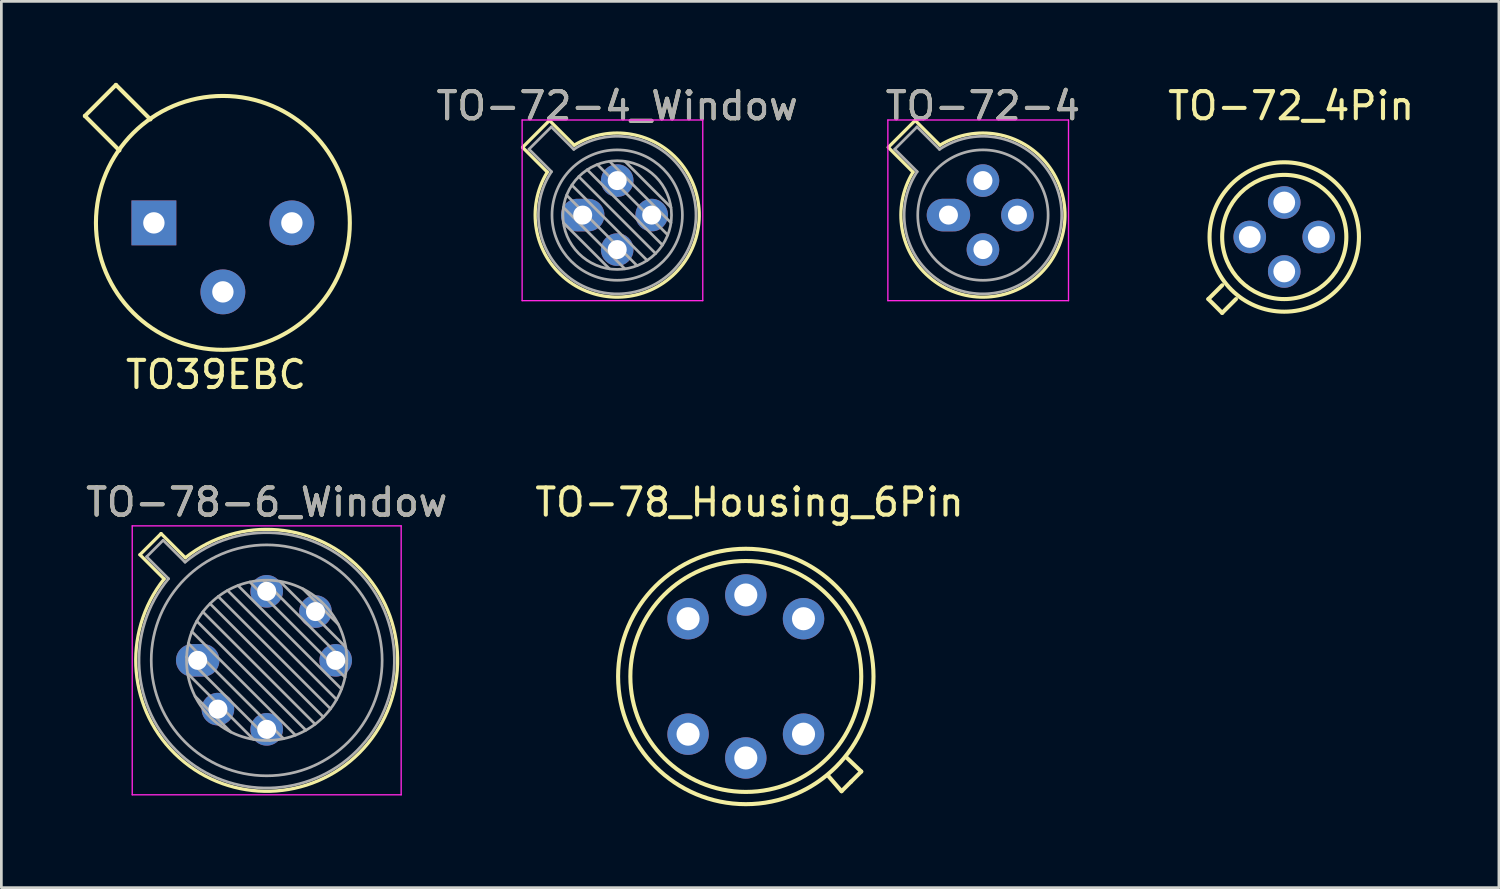
<source format=kicad_pcb>
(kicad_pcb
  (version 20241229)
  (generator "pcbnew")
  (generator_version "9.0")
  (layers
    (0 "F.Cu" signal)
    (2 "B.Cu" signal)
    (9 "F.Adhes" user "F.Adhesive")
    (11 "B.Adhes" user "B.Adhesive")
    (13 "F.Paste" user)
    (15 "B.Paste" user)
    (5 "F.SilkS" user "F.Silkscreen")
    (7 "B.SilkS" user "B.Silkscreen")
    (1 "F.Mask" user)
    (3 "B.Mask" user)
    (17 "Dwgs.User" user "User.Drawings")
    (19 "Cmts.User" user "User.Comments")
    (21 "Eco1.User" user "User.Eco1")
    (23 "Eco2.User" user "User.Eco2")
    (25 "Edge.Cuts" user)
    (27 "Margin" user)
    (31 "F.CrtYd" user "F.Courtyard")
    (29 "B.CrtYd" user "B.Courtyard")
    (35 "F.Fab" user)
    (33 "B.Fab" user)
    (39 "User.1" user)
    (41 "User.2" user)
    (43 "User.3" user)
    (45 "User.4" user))
  (footprint "TO-72_4Pin"
    (layer "F.Cu")
    (at 44.227 5.674)
    (property "Reference" "TO-72_4Pin" (at 0.254 -4.826 0) (layer "F.SilkS") (effects (font (size 1 1) (thickness 0.15))))
    (attr through_hole)
    (fp_line (start -2.794 2.286) (end -2.286 1.778) (stroke (width 0.15) (type solid)) (layer "F.SilkS"))
    (fp_line (start -2.286 2.794) (end -2.794 2.286) (stroke (width 0.15) (type solid)) (layer "F.SilkS"))
    (fp_line (start -1.778 2.286) (end -2.286 2.794) (stroke (width 0.15) (type solid)) (layer "F.SilkS"))
    (fp_circle (center 0 0) (end 2.286 0) (stroke (width 0.15) (type solid)) (fill no) (layer "F.SilkS"))
    (fp_circle (center 0 0) (end 2.75 0) (stroke (width 0.15) (type solid)) (fill no) (layer "F.SilkS"))
    (pad "1" thru_hole circle (at -1.27 0) (size 1.2 1.2) (drill 0.8) (layers "*.Cu" "*.Mask"))
    (pad "2" thru_hole circle (at 0 -1.27) (size 1.2 1.2) (drill 0.8) (layers "*.Cu" "*.Mask"))
    (pad "3" thru_hole circle (at 1.27 0) (size 1.2 1.2) (drill 0.8) (layers "*.Cu" "*.Mask"))
    (pad "4" thru_hole circle (at 0 1.27) (size 1.2 1.2) (drill 0.8) (layers "*.Cu" "*.Mask")))
  (footprint "TO-72-4"
    (layer "F.Cu")
    (at 31.865 4.868)
    (property "Reference" "TO-72-4" (at 1.27 -4.02 0) (layer "F.SilkS") (effects (font (size 1 1) (thickness 0.15))))
    (attr through_hole)
    (fp_line (start -2.214 -2.494) (end -1.302 -1.582) (stroke (width 0.12) (type solid)) (layer "F.SilkS"))
    (fp_line (start -1.224 -3.484) (end -2.214 -2.494) (stroke (width 0.12) (type solid)) (layer "F.SilkS"))
    (fp_line (start -0.312 -2.572) (end -1.224 -3.484) (stroke (width 0.12) (type solid)) (layer "F.SilkS"))
    (fp_arc (start -0.312331 -2.572281) (mid 3.405374 2.135551) (end -1.30215 -1.582544) (stroke (width 0.12) (type solid)) (layer "F.SilkS"))
    (fp_line (start -2.23 -3.5) (end -2.23 3.15) (stroke (width 0.05) (type solid)) (layer "F.CrtYd"))
    (fp_line (start -2.23 3.15) (end 4.42 3.15) (stroke (width 0.05) (type solid)) (layer "F.CrtYd"))
    (fp_line (start 4.42 -3.5) (end -2.23 -3.5) (stroke (width 0.05) (type solid)) (layer "F.CrtYd"))
    (fp_line (start 4.42 3.15) (end 4.42 -3.5) (stroke (width 0.05) (type solid)) (layer "F.CrtYd"))
    (fp_line (start -1.977 -2.426) (end -1.149 -1.599) (stroke (width 0.1) (type solid)) (layer "F.Fab"))
    (fp_line (start -1.156 -3.247) (end -1.977 -2.426) (stroke (width 0.1) (type solid)) (layer "F.Fab"))
    (fp_line (start -0.329 -2.419) (end -1.156 -3.247) (stroke (width 0.1) (type solid)) (layer "F.Fab"))
    (fp_arc (start -0.329057 -2.419301) (mid 3.321076 2.050143) (end -1.150029 -1.597956) (stroke (width 0.1) (type solid)) (layer "F.Fab"))
    (fp_circle (center 1.27 0) (end 3.67 0) (stroke (width 0.1) (type solid)) (fill no) (layer "F.Fab"))
    (fp_text user "${REFERENCE}" (at 1.27 -4.02 0) (layer "F.Fab") (effects (font (size 1 1) (thickness 0.15))))
    (pad "1" thru_hole oval (at 0 0) (size 1.6 1.2) (drill 0.7) (layers "*.Cu" "*.Mask"))
    (pad "2" thru_hole oval (at 1.27 1.27) (size 1.2 1.2) (drill 0.7) (layers "*.Cu" "*.Mask"))
    (pad "3" thru_hole oval (at 2.54 0) (size 1.2 1.2) (drill 0.7) (layers "*.Cu" "*.Mask"))
    (pad "4" thru_hole oval (at 1.27 -1.27) (size 1.2 1.2) (drill 0.7) (layers "*.Cu" "*.Mask")))
  (footprint "TO-78-6_Window"
    (layer "F.Cu")
    (at 4.228 21.259)
    (property "Reference" "TO-78-6_Window" (at 2.54 -5.82 0) (layer "F.SilkS") (effects (font (size 1 1) (thickness 0.15))))
    (attr through_hole)
    (fp_line (start -2.126 -3.888) (end -1.235 -2.997) (stroke (width 0.12) (type solid)) (layer "F.SilkS"))
    (fp_line (start -1.348 -4.666) (end -2.126 -3.888) (stroke (width 0.12) (type solid)) (layer "F.SilkS"))
    (fp_line (start -0.457 -3.775) (end -1.348 -4.666) (stroke (width 0.12) (type solid)) (layer "F.SilkS"))
    (fp_arc (start -0.457084 -3.774902) (mid 5.948125 3.408384) (end -1.234674 -2.997371) (stroke (width 0.12) (type solid)) (layer "F.SilkS"))
    (fp_line (start -2.41 -4.95) (end -2.41 4.95) (stroke (width 0.05) (type solid)) (layer "F.CrtYd"))
    (fp_line (start -2.41 4.95) (end 7.49 4.95) (stroke (width 0.05) (type solid)) (layer "F.CrtYd"))
    (fp_line (start 7.49 -4.95) (end -2.41 -4.95) (stroke (width 0.05) (type solid)) (layer "F.CrtYd"))
    (fp_line (start 7.49 4.95) (end 7.49 -4.95) (stroke (width 0.05) (type solid)) (layer "F.CrtYd"))
    (fp_line (start -1.88 -3.812) (end -1.074 -3.005) (stroke (width 0.1) (type solid)) (layer "F.Fab"))
    (fp_line (start -1.272 -4.42) (end -1.88 -3.812) (stroke (width 0.1) (type solid)) (layer "F.Fab"))
    (fp_line (start -0.465 -3.614) (end -1.272 -4.42) (stroke (width 0.1) (type solid)) (layer "F.Fab"))
    (fp_line (start -0.408 -0.12) (end 2.66 2.948) (stroke (width 0.1) (type solid)) (layer "F.Fab"))
    (fp_line (start -0.371 0.485) (end 2.055 2.911) (stroke (width 0.1) (type solid)) (layer "F.Fab"))
    (fp_line (start -0.344 -0.622) (end 3.162 2.884) (stroke (width 0.1) (type solid)) (layer "F.Fab"))
    (fp_line (start -0.215 -1.058) (end 3.598 2.755) (stroke (width 0.1) (type solid)) (layer "F.Fab"))
    (fp_line (start -0.097 1.324) (end 1.216 2.637) (stroke (width 0.1) (type solid)) (layer "F.Fab"))
    (fp_line (start -0.034 -1.443) (end 3.983 2.574) (stroke (width 0.1) (type solid)) (layer "F.Fab"))
    (fp_line (start 0.19 -1.784) (end 4.324 2.35) (stroke (width 0.1) (type solid)) (layer "F.Fab"))
    (fp_line (start 0.454 -2.086) (end 4.626 2.086) (stroke (width 0.1) (type solid)) (layer "F.Fab"))
    (fp_line (start 0.756 -2.35) (end 4.89 1.784) (stroke (width 0.1) (type solid)) (layer "F.Fab"))
    (fp_line (start 1.097 -2.574) (end 5.114 1.443) (stroke (width 0.1) (type solid)) (layer "F.Fab"))
    (fp_line (start 1.482 -2.755) (end 5.295 1.058) (stroke (width 0.1) (type solid)) (layer "F.Fab"))
    (fp_line (start 1.918 -2.884) (end 5.424 0.622) (stroke (width 0.1) (type solid)) (layer "F.Fab"))
    (fp_line (start 2.42 -2.948) (end 5.488 0.12) (stroke (width 0.1) (type solid)) (layer "F.Fab"))
    (fp_line (start 3.025 -2.911) (end 5.451 -0.485) (stroke (width 0.1) (type solid)) (layer "F.Fab"))
    (fp_line (start 3.864 -2.637) (end 5.177 -1.324) (stroke (width 0.1) (type solid)) (layer "F.Fab"))
    (fp_arc (start -0.465408 -3.61352) (mid 5.863443 3.323361) (end -1.073594 -3.005319) (stroke (width 0.1) (type solid)) (layer "F.Fab"))
    (fp_circle (center 2.54 0) (end 5.49 0) (stroke (width 0.1) (type solid)) (fill no) (layer "F.Fab"))
    (fp_circle (center 2.54 0) (end 6.79 0) (stroke (width 0.1) (type solid)) (fill no) (layer "F.Fab"))
    (fp_text user "${REFERENCE}" (at 2.54 -5.82 0) (layer "F.Fab") (effects (font (size 1 1) (thickness 0.15))))
    (pad "1" thru_hole oval (at 0 0) (size 1.6 1.2) (drill 0.7) (layers "*.Cu" "*.Mask"))
    (pad "2" thru_hole oval (at 0.744 1.796) (size 1.2 1.2) (drill 0.7) (layers "*.Cu" "*.Mask"))
    (pad "3" thru_hole oval (at 2.54 2.54) (size 1.2 1.2) (drill 0.7) (layers "*.Cu" "*.Mask"))
    (pad "4" thru_hole oval (at 5.08 0) (size 1.2 1.2) (drill 0.7) (layers "*.Cu" "*.Mask"))
    (pad "5" thru_hole oval (at 4.336 -1.796) (size 1.2 1.2) (drill 0.7) (layers "*.Cu" "*.Mask"))
    (pad "6" thru_hole oval (at 2.54 -2.54) (size 1.2 1.2) (drill 0.7) (layers "*.Cu" "*.Mask")))
  (footprint "TO39EBC"
    (layer "F.Cu")
    (at 2.615 5.155)
    (property "Reference" "TO39EBC" (at 2.286 5.588 0) (layer "F.SilkS") (effects (font (size 1 1) (thickness 0.15))))
    (attr through_hole)
    (fp_line (start -1.397 -5.08) (end -2.54 -3.937) (stroke (width 0.15) (type solid)) (layer "F.SilkS"))
    (fp_line (start -1.27 -2.667) (end -2.54 -3.937) (stroke (width 0.15) (type solid)) (layer "F.SilkS"))
    (fp_line (start -0.127 -3.81) (end -1.397 -5.08) (stroke (width 0.15) (type solid)) (layer "F.SilkS"))
    (fp_circle (center 2.54 0) (end 5.715 3.429) (stroke (width 0.15) (type solid)) (fill no) (layer "F.SilkS"))
    (pad "1" thru_hole rect (at 0 0) (size 1.651 1.651) (drill 0.787) (layers "*.Cu" "*.Mask"))
    (pad "2" thru_hole circle (at 2.54 2.54) (size 1.651 1.651) (drill 0.787) (layers "*.Cu" "*.Mask"))
    (pad "3" thru_hole circle (at 5.08 0) (size 1.651 1.651) (drill 0.787) (layers "*.Cu" "*.Mask")))
  (footprint "TO-78_Housing_6Pin"
    (layer "F.Cu")
    (at 24.392 21.915)
    (property "Reference" "TO-78_Housing_6Pin" (at 0.15 -6.475 0) (layer "F.SilkS") (effects (font (size 1 1) (thickness 0.15))))
    (attr through_hole)
    (fp_line (start 3.538 4.162) (end 3.038 3.587) (stroke (width 0.15) (type solid)) (layer "F.SilkS"))
    (fp_line (start 3.888 3.812) (end 3.538 4.162) (stroke (width 0.15) (type solid)) (layer "F.SilkS"))
    (fp_line (start 3.888 3.812) (end 4.263 3.438) (stroke (width 0.15) (type solid)) (layer "F.SilkS"))
    (fp_line (start 4.263 3.438) (end 3.712 2.913) (stroke (width 0.15) (type solid)) (layer "F.SilkS"))
    (fp_circle (center 0.013 -0.062) (end 0.013 -4.763) (stroke (width 0.15) (type solid)) (fill no) (layer "F.SilkS"))
    (fp_circle (center 0.013 -0.062) (end 0.013 -4.312) (stroke (width 0.15) (type solid)) (fill no) (layer "F.SilkS"))
    (pad "2" thru_hole circle (at 2.138 -2.188 90) (size 1.524 1.524) (drill 0.85) (layers "*.Cu" "*.Mask"))
    (pad "3" thru_hole circle (at 0.013 -3.062 90) (size 1.524 1.524) (drill 0.85) (layers "*.Cu" "*.Mask"))
    (pad "4" thru_hole circle (at -2.112 -2.188 90) (size 1.524 1.524) (drill 0.85) (layers "*.Cu" "*.Mask"))
    (pad "6" thru_hole circle (at -2.112 2.062 90) (size 1.524 1.524) (drill 0.85) (layers "*.Cu" "*.Mask"))
    (pad "7" thru_hole circle (at 0.013 2.938 90) (size 1.524 1.524) (drill 0.85) (layers "*.Cu" "*.Mask"))
    (pad "8" thru_hole circle (at 2.138 2.062 90) (size 1.524 1.524) (drill 0.85) (layers "*.Cu" "*.Mask")))
  (footprint "TO-72-4_Window"
    (layer "F.Cu")
    (at 18.401 4.868)
    (property "Reference" "TO-72-4_Window" (at 1.27 -4.02 0) (layer "F.SilkS") (effects (font (size 1 1) (thickness 0.15))))
    (attr through_hole)
    (fp_line (start -2.214 -2.494) (end -1.302 -1.582) (stroke (width 0.12) (type solid)) (layer "F.SilkS"))
    (fp_line (start -1.224 -3.484) (end -2.214 -2.494) (stroke (width 0.12) (type solid)) (layer "F.SilkS"))
    (fp_line (start -0.312 -2.572) (end -1.224 -3.484) (stroke (width 0.12) (type solid)) (layer "F.SilkS"))
    (fp_arc (start -0.312331 -2.572281) (mid 3.405374 2.135551) (end -1.30215 -1.582544) (stroke (width 0.12) (type solid)) (layer "F.SilkS"))
    (fp_line (start -2.23 -3.5) (end -2.23 3.15) (stroke (width 0.05) (type solid)) (layer "F.CrtYd"))
    (fp_line (start -2.23 3.15) (end 4.42 3.15) (stroke (width 0.05) (type solid)) (layer "F.CrtYd"))
    (fp_line (start 4.42 -3.5) (end -2.23 -3.5) (stroke (width 0.05) (type solid)) (layer "F.CrtYd"))
    (fp_line (start 4.42 3.15) (end 4.42 -3.5) (stroke (width 0.05) (type solid)) (layer "F.CrtYd"))
    (fp_line (start -1.977 -2.426) (end -1.149 -1.599) (stroke (width 0.1) (type solid)) (layer "F.Fab"))
    (fp_line (start -1.156 -3.247) (end -1.977 -2.426) (stroke (width 0.1) (type solid)) (layer "F.Fab"))
    (fp_line (start -0.71 -0.283) (end 1.553 1.98) (stroke (width 0.1) (type solid)) (layer "F.Fab"))
    (fp_line (start -0.71 0.283) (end 0.987 1.98) (stroke (width 0.1) (type solid)) (layer "F.Fab"))
    (fp_line (start -0.592 -0.731) (end 2.001 1.862) (stroke (width 0.1) (type solid)) (layer "F.Fab"))
    (fp_line (start -0.399 -1.103) (end 2.373 1.669) (stroke (width 0.1) (type solid)) (layer "F.Fab"))
    (fp_line (start -0.329 -2.419) (end -1.156 -3.247) (stroke (width 0.1) (type solid)) (layer "F.Fab"))
    (fp_line (start -0.145 -1.415) (end 2.685 1.415) (stroke (width 0.1) (type solid)) (layer "F.Fab"))
    (fp_line (start 0.167 -1.669) (end 2.939 1.103) (stroke (width 0.1) (type solid)) (layer "F.Fab"))
    (fp_line (start 0.539 -1.862) (end 3.132 0.731) (stroke (width 0.1) (type solid)) (layer "F.Fab"))
    (fp_line (start 0.987 -1.98) (end 3.25 0.283) (stroke (width 0.1) (type solid)) (layer "F.Fab"))
    (fp_line (start 1.553 -1.98) (end 3.25 -0.283) (stroke (width 0.1) (type solid)) (layer "F.Fab"))
    (fp_arc (start -0.329057 -2.419301) (mid 3.321076 2.050143) (end -1.150029 -1.597956) (stroke (width 0.1) (type solid)) (layer "F.Fab"))
    (fp_circle (center 1.27 0) (end 3.27 0) (stroke (width 0.1) (type solid)) (fill no) (layer "F.Fab"))
    (fp_circle (center 1.27 0) (end 3.67 0) (stroke (width 0.1) (type solid)) (fill no) (layer "F.Fab"))
    (fp_text user "${REFERENCE}" (at 1.27 -4.02 0) (layer "F.Fab") (effects (font (size 1 1) (thickness 0.15))))
    (pad "1" thru_hole oval (at 0 0) (size 1.6 1.2) (drill 0.7) (layers "*.Cu" "*.Mask"))
    (pad "2" thru_hole oval (at 1.27 1.27) (size 1.2 1.2) (drill 0.7) (layers "*.Cu" "*.Mask"))
    (pad "3" thru_hole oval (at 2.54 0) (size 1.2 1.2) (drill 0.7) (layers "*.Cu" "*.Mask"))
    (pad "4" thru_hole oval (at 1.27 -1.27) (size 1.2 1.2) (drill 0.7) (layers "*.Cu" "*.Mask")))
  (gr_rect
    (start -3 -3)
    (end 52.129 29.627)
    (stroke (width 0.1) (type default))
    (fill no)
    (layer "Edge.Cuts")))
</source>
